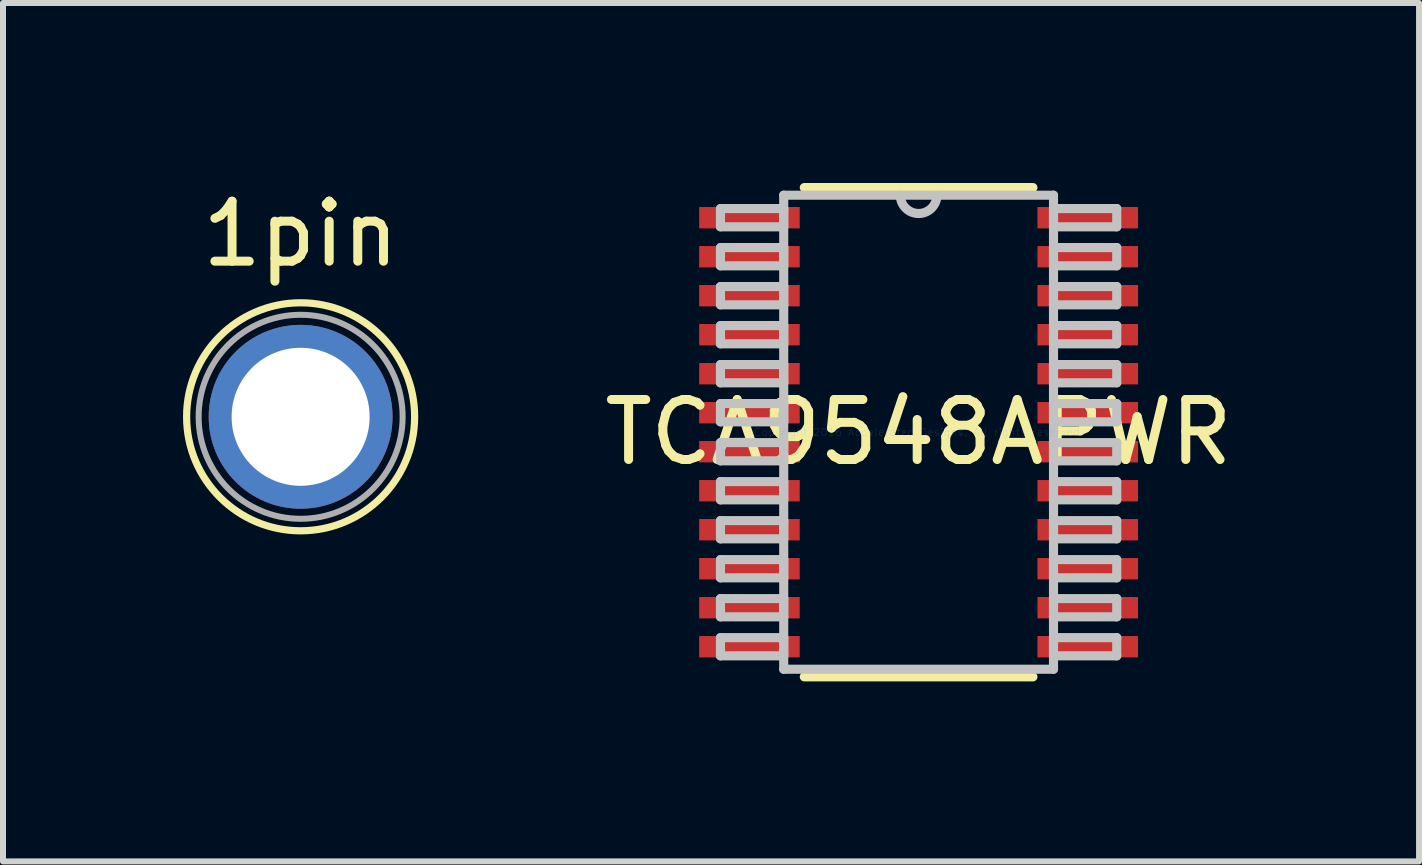
<source format=kicad_pcb>
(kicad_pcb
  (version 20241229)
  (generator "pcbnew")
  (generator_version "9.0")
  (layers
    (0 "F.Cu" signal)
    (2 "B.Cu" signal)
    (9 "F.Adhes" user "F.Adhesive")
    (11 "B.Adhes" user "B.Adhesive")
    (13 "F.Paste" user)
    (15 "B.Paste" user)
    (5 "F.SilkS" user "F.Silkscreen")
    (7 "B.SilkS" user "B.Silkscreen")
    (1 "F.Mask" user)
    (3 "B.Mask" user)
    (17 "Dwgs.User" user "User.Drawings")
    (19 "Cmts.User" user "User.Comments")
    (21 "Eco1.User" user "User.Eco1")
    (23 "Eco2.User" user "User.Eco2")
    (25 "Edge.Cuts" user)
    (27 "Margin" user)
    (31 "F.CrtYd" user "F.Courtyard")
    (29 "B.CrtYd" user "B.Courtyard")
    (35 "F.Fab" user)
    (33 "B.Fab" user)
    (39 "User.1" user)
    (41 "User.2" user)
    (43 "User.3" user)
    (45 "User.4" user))
  (footprint "TCA9548APWR"
    (layer "F.Cu")
    (at 12.259 4.153)
    (property "Reference" "TCA9548APWR" (at 0 0 0) (layer "F.SilkS") (effects (font (size 1 1) (thickness 0.15))))
    (attr through_hole)
    (fp_line (start -1.905 4.077) (end 1.905 4.077) (stroke (width 0.152) (type solid)) (layer "F.SilkS"))
    (fp_line (start 1.905 -4.077) (end -1.905 -4.077) (stroke (width 0.152) (type solid)) (layer "F.SilkS"))
    (fp_line (start -3.302 -3.727) (end -3.302 -3.423) (stroke (width 0.152) (type solid)) (layer "Dwgs.User"))
    (fp_line (start -3.302 -3.423) (end -2.248 -3.423) (stroke (width 0.152) (type solid)) (layer "Dwgs.User"))
    (fp_line (start -3.302 -3.077) (end -3.302 -2.773) (stroke (width 0.152) (type solid)) (layer "Dwgs.User"))
    (fp_line (start -3.302 -2.773) (end -2.248 -2.773) (stroke (width 0.152) (type solid)) (layer "Dwgs.User"))
    (fp_line (start -3.302 -2.427) (end -3.302 -2.123) (stroke (width 0.152) (type solid)) (layer "Dwgs.User"))
    (fp_line (start -3.302 -2.123) (end -2.248 -2.123) (stroke (width 0.152) (type solid)) (layer "Dwgs.User"))
    (fp_line (start -3.302 -1.777) (end -3.302 -1.473) (stroke (width 0.152) (type solid)) (layer "Dwgs.User"))
    (fp_line (start -3.302 -1.473) (end -2.248 -1.473) (stroke (width 0.152) (type solid)) (layer "Dwgs.User"))
    (fp_line (start -3.302 -1.127) (end -3.302 -0.823) (stroke (width 0.152) (type solid)) (layer "Dwgs.User"))
    (fp_line (start -3.302 -0.823) (end -2.248 -0.823) (stroke (width 0.152) (type solid)) (layer "Dwgs.User"))
    (fp_line (start -3.302 -0.477) (end -3.302 -0.173) (stroke (width 0.152) (type solid)) (layer "Dwgs.User"))
    (fp_line (start -3.302 -0.173) (end -2.248 -0.173) (stroke (width 0.152) (type solid)) (layer "Dwgs.User"))
    (fp_line (start -3.302 0.173) (end -3.302 0.477) (stroke (width 0.152) (type solid)) (layer "Dwgs.User"))
    (fp_line (start -3.302 0.477) (end -2.248 0.477) (stroke (width 0.152) (type solid)) (layer "Dwgs.User"))
    (fp_line (start -3.302 0.823) (end -3.302 1.127) (stroke (width 0.152) (type solid)) (layer "Dwgs.User"))
    (fp_line (start -3.302 1.127) (end -2.248 1.127) (stroke (width 0.152) (type solid)) (layer "Dwgs.User"))
    (fp_line (start -3.302 1.473) (end -3.302 1.777) (stroke (width 0.152) (type solid)) (layer "Dwgs.User"))
    (fp_line (start -3.302 1.777) (end -2.248 1.777) (stroke (width 0.152) (type solid)) (layer "Dwgs.User"))
    (fp_line (start -3.302 2.123) (end -3.302 2.427) (stroke (width 0.152) (type solid)) (layer "Dwgs.User"))
    (fp_line (start -3.302 2.427) (end -2.248 2.427) (stroke (width 0.152) (type solid)) (layer "Dwgs.User"))
    (fp_line (start -3.302 2.773) (end -3.302 3.077) (stroke (width 0.152) (type solid)) (layer "Dwgs.User"))
    (fp_line (start -3.302 3.077) (end -2.248 3.077) (stroke (width 0.152) (type solid)) (layer "Dwgs.User"))
    (fp_line (start -3.302 3.423) (end -3.302 3.727) (stroke (width 0.152) (type solid)) (layer "Dwgs.User"))
    (fp_line (start -3.302 3.727) (end -2.248 3.727) (stroke (width 0.152) (type solid)) (layer "Dwgs.User"))
    (fp_line (start -2.248 -3.95) (end -2.248 3.95) (stroke (width 0.152) (type solid)) (layer "Dwgs.User"))
    (fp_line (start -2.248 -3.727) (end -3.302 -3.727) (stroke (width 0.152) (type solid)) (layer "Dwgs.User"))
    (fp_line (start -2.248 -3.423) (end -2.248 -3.727) (stroke (width 0.152) (type solid)) (layer "Dwgs.User"))
    (fp_line (start -2.248 -3.077) (end -3.302 -3.077) (stroke (width 0.152) (type solid)) (layer "Dwgs.User"))
    (fp_line (start -2.248 -2.773) (end -2.248 -3.077) (stroke (width 0.152) (type solid)) (layer "Dwgs.User"))
    (fp_line (start -2.248 -2.427) (end -3.302 -2.427) (stroke (width 0.152) (type solid)) (layer "Dwgs.User"))
    (fp_line (start -2.248 -2.123) (end -2.248 -2.427) (stroke (width 0.152) (type solid)) (layer "Dwgs.User"))
    (fp_line (start -2.248 -1.777) (end -3.302 -1.777) (stroke (width 0.152) (type solid)) (layer "Dwgs.User"))
    (fp_line (start -2.248 -1.473) (end -2.248 -1.777) (stroke (width 0.152) (type solid)) (layer "Dwgs.User"))
    (fp_line (start -2.248 -1.127) (end -3.302 -1.127) (stroke (width 0.152) (type solid)) (layer "Dwgs.User"))
    (fp_line (start -2.248 -0.823) (end -2.248 -1.127) (stroke (width 0.152) (type solid)) (layer "Dwgs.User"))
    (fp_line (start -2.248 -0.477) (end -3.302 -0.477) (stroke (width 0.152) (type solid)) (layer "Dwgs.User"))
    (fp_line (start -2.248 -0.173) (end -2.248 -0.477) (stroke (width 0.152) (type solid)) (layer "Dwgs.User"))
    (fp_line (start -2.248 0.173) (end -3.302 0.173) (stroke (width 0.152) (type solid)) (layer "Dwgs.User"))
    (fp_line (start -2.248 0.477) (end -2.248 0.173) (stroke (width 0.152) (type solid)) (layer "Dwgs.User"))
    (fp_line (start -2.248 0.823) (end -3.302 0.823) (stroke (width 0.152) (type solid)) (layer "Dwgs.User"))
    (fp_line (start -2.248 1.127) (end -2.248 0.823) (stroke (width 0.152) (type solid)) (layer "Dwgs.User"))
    (fp_line (start -2.248 1.473) (end -3.302 1.473) (stroke (width 0.152) (type solid)) (layer "Dwgs.User"))
    (fp_line (start -2.248 1.777) (end -2.248 1.473) (stroke (width 0.152) (type solid)) (layer "Dwgs.User"))
    (fp_line (start -2.248 2.123) (end -3.302 2.123) (stroke (width 0.152) (type solid)) (layer "Dwgs.User"))
    (fp_line (start -2.248 2.427) (end -2.248 2.123) (stroke (width 0.152) (type solid)) (layer "Dwgs.User"))
    (fp_line (start -2.248 2.773) (end -3.302 2.773) (stroke (width 0.152) (type solid)) (layer "Dwgs.User"))
    (fp_line (start -2.248 3.077) (end -2.248 2.773) (stroke (width 0.152) (type solid)) (layer "Dwgs.User"))
    (fp_line (start -2.248 3.423) (end -3.302 3.423) (stroke (width 0.152) (type solid)) (layer "Dwgs.User"))
    (fp_line (start -2.248 3.727) (end -2.248 3.423) (stroke (width 0.152) (type solid)) (layer "Dwgs.User"))
    (fp_line (start -2.248 3.95) (end 2.248 3.95) (stroke (width 0.152) (type solid)) (layer "Dwgs.User"))
    (fp_line (start 2.248 -3.95) (end -2.248 -3.95) (stroke (width 0.152) (type solid)) (layer "Dwgs.User"))
    (fp_line (start 2.248 -3.727) (end 2.248 -3.423) (stroke (width 0.152) (type solid)) (layer "Dwgs.User"))
    (fp_line (start 2.248 -3.423) (end 3.302 -3.423) (stroke (width 0.152) (type solid)) (layer "Dwgs.User"))
    (fp_line (start 2.248 -3.077) (end 2.248 -2.773) (stroke (width 0.152) (type solid)) (layer "Dwgs.User"))
    (fp_line (start 2.248 -2.773) (end 3.302 -2.773) (stroke (width 0.152) (type solid)) (layer "Dwgs.User"))
    (fp_line (start 2.248 -2.427) (end 2.248 -2.123) (stroke (width 0.152) (type solid)) (layer "Dwgs.User"))
    (fp_line (start 2.248 -2.123) (end 3.302 -2.123) (stroke (width 0.152) (type solid)) (layer "Dwgs.User"))
    (fp_line (start 2.248 -1.777) (end 2.248 -1.473) (stroke (width 0.152) (type solid)) (layer "Dwgs.User"))
    (fp_line (start 2.248 -1.473) (end 3.302 -1.473) (stroke (width 0.152) (type solid)) (layer "Dwgs.User"))
    (fp_line (start 2.248 -1.127) (end 2.248 -0.823) (stroke (width 0.152) (type solid)) (layer "Dwgs.User"))
    (fp_line (start 2.248 -0.823) (end 3.302 -0.823) (stroke (width 0.152) (type solid)) (layer "Dwgs.User"))
    (fp_line (start 2.248 -0.477) (end 2.248 -0.173) (stroke (width 0.152) (type solid)) (layer "Dwgs.User"))
    (fp_line (start 2.248 -0.173) (end 3.302 -0.173) (stroke (width 0.152) (type solid)) (layer "Dwgs.User"))
    (fp_line (start 2.248 0.173) (end 2.248 0.477) (stroke (width 0.152) (type solid)) (layer "Dwgs.User"))
    (fp_line (start 2.248 0.477) (end 3.302 0.477) (stroke (width 0.152) (type solid)) (layer "Dwgs.User"))
    (fp_line (start 2.248 0.823) (end 2.248 1.127) (stroke (width 0.152) (type solid)) (layer "Dwgs.User"))
    (fp_line (start 2.248 1.127) (end 3.302 1.127) (stroke (width 0.152) (type solid)) (layer "Dwgs.User"))
    (fp_line (start 2.248 1.473) (end 2.248 1.777) (stroke (width 0.152) (type solid)) (layer "Dwgs.User"))
    (fp_line (start 2.248 1.777) (end 3.302 1.777) (stroke (width 0.152) (type solid)) (layer "Dwgs.User"))
    (fp_line (start 2.248 2.123) (end 2.248 2.427) (stroke (width 0.152) (type solid)) (layer "Dwgs.User"))
    (fp_line (start 2.248 2.427) (end 3.302 2.427) (stroke (width 0.152) (type solid)) (layer "Dwgs.User"))
    (fp_line (start 2.248 2.773) (end 2.248 3.077) (stroke (width 0.152) (type solid)) (layer "Dwgs.User"))
    (fp_line (start 2.248 3.077) (end 3.302 3.077) (stroke (width 0.152) (type solid)) (layer "Dwgs.User"))
    (fp_line (start 2.248 3.423) (end 2.248 3.727) (stroke (width 0.152) (type solid)) (layer "Dwgs.User"))
    (fp_line (start 2.248 3.727) (end 3.302 3.727) (stroke (width 0.152) (type solid)) (layer "Dwgs.User"))
    (fp_line (start 2.248 3.95) (end 2.248 -3.95) (stroke (width 0.152) (type solid)) (layer "Dwgs.User"))
    (fp_line (start 3.302 -3.727) (end 2.248 -3.727) (stroke (width 0.152) (type solid)) (layer "Dwgs.User"))
    (fp_line (start 3.302 -3.423) (end 3.302 -3.727) (stroke (width 0.152) (type solid)) (layer "Dwgs.User"))
    (fp_line (start 3.302 -3.077) (end 2.248 -3.077) (stroke (width 0.152) (type solid)) (layer "Dwgs.User"))
    (fp_line (start 3.302 -2.773) (end 3.302 -3.077) (stroke (width 0.152) (type solid)) (layer "Dwgs.User"))
    (fp_line (start 3.302 -2.427) (end 2.248 -2.427) (stroke (width 0.152) (type solid)) (layer "Dwgs.User"))
    (fp_line (start 3.302 -2.123) (end 3.302 -2.427) (stroke (width 0.152) (type solid)) (layer "Dwgs.User"))
    (fp_line (start 3.302 -1.777) (end 2.248 -1.777) (stroke (width 0.152) (type solid)) (layer "Dwgs.User"))
    (fp_line (start 3.302 -1.473) (end 3.302 -1.777) (stroke (width 0.152) (type solid)) (layer "Dwgs.User"))
    (fp_line (start 3.302 -1.127) (end 2.248 -1.127) (stroke (width 0.152) (type solid)) (layer "Dwgs.User"))
    (fp_line (start 3.302 -0.823) (end 3.302 -1.127) (stroke (width 0.152) (type solid)) (layer "Dwgs.User"))
    (fp_line (start 3.302 -0.477) (end 2.248 -0.477) (stroke (width 0.152) (type solid)) (layer "Dwgs.User"))
    (fp_line (start 3.302 -0.173) (end 3.302 -0.477) (stroke (width 0.152) (type solid)) (layer "Dwgs.User"))
    (fp_line (start 3.302 0.173) (end 2.248 0.173) (stroke (width 0.152) (type solid)) (layer "Dwgs.User"))
    (fp_line (start 3.302 0.477) (end 3.302 0.173) (stroke (width 0.152) (type solid)) (layer "Dwgs.User"))
    (fp_line (start 3.302 0.823) (end 2.248 0.823) (stroke (width 0.152) (type solid)) (layer "Dwgs.User"))
    (fp_line (start 3.302 1.127) (end 3.302 0.823) (stroke (width 0.152) (type solid)) (layer "Dwgs.User"))
    (fp_line (start 3.302 1.473) (end 2.248 1.473) (stroke (width 0.152) (type solid)) (layer "Dwgs.User"))
    (fp_line (start 3.302 1.777) (end 3.302 1.473) (stroke (width 0.152) (type solid)) (layer "Dwgs.User"))
    (fp_line (start 3.302 2.123) (end 2.248 2.123) (stroke (width 0.152) (type solid)) (layer "Dwgs.User"))
    (fp_line (start 3.302 2.427) (end 3.302 2.123) (stroke (width 0.152) (type solid)) (layer "Dwgs.User"))
    (fp_line (start 3.302 2.773) (end 2.248 2.773) (stroke (width 0.152) (type solid)) (layer "Dwgs.User"))
    (fp_line (start 3.302 3.077) (end 3.302 2.773) (stroke (width 0.152) (type solid)) (layer "Dwgs.User"))
    (fp_line (start 3.302 3.423) (end 2.248 3.423) (stroke (width 0.152) (type solid)) (layer "Dwgs.User"))
    (fp_line (start 3.302 3.727) (end 3.302 3.423) (stroke (width 0.152) (type solid)) (layer "Dwgs.User"))
    (fp_arc (start 0.3048 -3.9497) (mid 0 -3.6449) (end -0.3048 -3.9497) (stroke (width 0.1524) (type solid)) (layer "Dwgs.User"))
    (fp_text user "Copyright 2016 Accelerated Designs. All rights reserved." (at 0 0 0) (layer "Cmts.User") (effects (font (size 0.127 0.127) (thickness 0.002))))
    (pad "1" smd rect (at -2.819 -3.575) (size 1.676 0.356) (layers "F.Cu" "F.Mask" "F.Paste"))
    (pad "2" smd rect (at -2.819 -2.925) (size 1.676 0.356) (layers "F.Cu" "F.Mask" "F.Paste"))
    (pad "3" smd rect (at -2.819 -2.275) (size 1.676 0.356) (layers "F.Cu" "F.Mask" "F.Paste"))
    (pad "4" smd rect (at -2.819 -1.625) (size 1.676 0.356) (layers "F.Cu" "F.Mask" "F.Paste"))
    (pad "5" smd rect (at -2.819 -0.975) (size 1.676 0.356) (layers "F.Cu" "F.Mask" "F.Paste"))
    (pad "6" smd rect (at -2.819 -0.325) (size 1.676 0.356) (layers "F.Cu" "F.Mask" "F.Paste"))
    (pad "7" smd rect (at -2.819 0.325) (size 1.676 0.356) (layers "F.Cu" "F.Mask" "F.Paste"))
    (pad "8" smd rect (at -2.819 0.975) (size 1.676 0.356) (layers "F.Cu" "F.Mask" "F.Paste"))
    (pad "9" smd rect (at -2.819 1.625) (size 1.676 0.356) (layers "F.Cu" "F.Mask" "F.Paste"))
    (pad "10" smd rect (at -2.819 2.275) (size 1.676 0.356) (layers "F.Cu" "F.Mask" "F.Paste"))
    (pad "11" smd rect (at -2.819 2.925) (size 1.676 0.356) (layers "F.Cu" "F.Mask" "F.Paste"))
    (pad "12" smd rect (at -2.819 3.575) (size 1.676 0.356) (layers "F.Cu" "F.Mask" "F.Paste"))
    (pad "13" smd rect (at 2.819 3.575) (size 1.676 0.356) (layers "F.Cu" "F.Mask" "F.Paste"))
    (pad "14" smd rect (at 2.819 2.925) (size 1.676 0.356) (layers "F.Cu" "F.Mask" "F.Paste"))
    (pad "15" smd rect (at 2.819 2.275) (size 1.676 0.356) (layers "F.Cu" "F.Mask" "F.Paste"))
    (pad "16" smd rect (at 2.819 1.625) (size 1.676 0.356) (layers "F.Cu" "F.Mask" "F.Paste"))
    (pad "17" smd rect (at 2.819 0.975) (size 1.676 0.356) (layers "F.Cu" "F.Mask" "F.Paste"))
    (pad "18" smd rect (at 2.819 0.325) (size 1.676 0.356) (layers "F.Cu" "F.Mask" "F.Paste"))
    (pad "19" smd rect (at 2.819 -0.325) (size 1.676 0.356) (layers "F.Cu" "F.Mask" "F.Paste"))
    (pad "20" smd rect (at 2.819 -0.975) (size 1.676 0.356) (layers "F.Cu" "F.Mask" "F.Paste"))
    (pad "21" smd rect (at 2.819 -1.625) (size 1.676 0.356) (layers "F.Cu" "F.Mask" "F.Paste"))
    (pad "22" smd rect (at 2.819 -2.275) (size 1.676 0.356) (layers "F.Cu" "F.Mask" "F.Paste"))
    (pad "23" smd rect (at 2.819 -2.925) (size 1.676 0.356) (layers "F.Cu" "F.Mask" "F.Paste"))
    (pad "24" smd rect (at 2.819 -3.575) (size 1.676 0.356) (layers "F.Cu" "F.Mask" "F.Paste")))
  (footprint "1pin"
    (layer "F.Cu")
    (at 1.96 3.896)
    (property "Reference" "1pin" (at 0 -3.048 0) (layer "F.SilkS") (effects (font (size 1 1) (thickness 0.15))))
    (attr through_hole)
    (fp_circle (center 0 0) (end 0 -1.9) (stroke (width 0.12) (type solid)) (fill no) (layer "F.SilkS"))
    (fp_circle (center 0 0) (end 1.5 0.8) (stroke (width 0.1) (type solid)) (fill no) (layer "F.Fab"))
    (pad "1" thru_hole circle (at 0 0) (size 3.064 3.064) (drill 2.3) (layers "*.Cu" "*.Mask")))
  (gr_rect
    (start -3 -3)
    (end 20.599 11.306)
    (stroke (width 0.1) (type default))
    (fill no)
    (layer "Edge.Cuts")))
</source>
